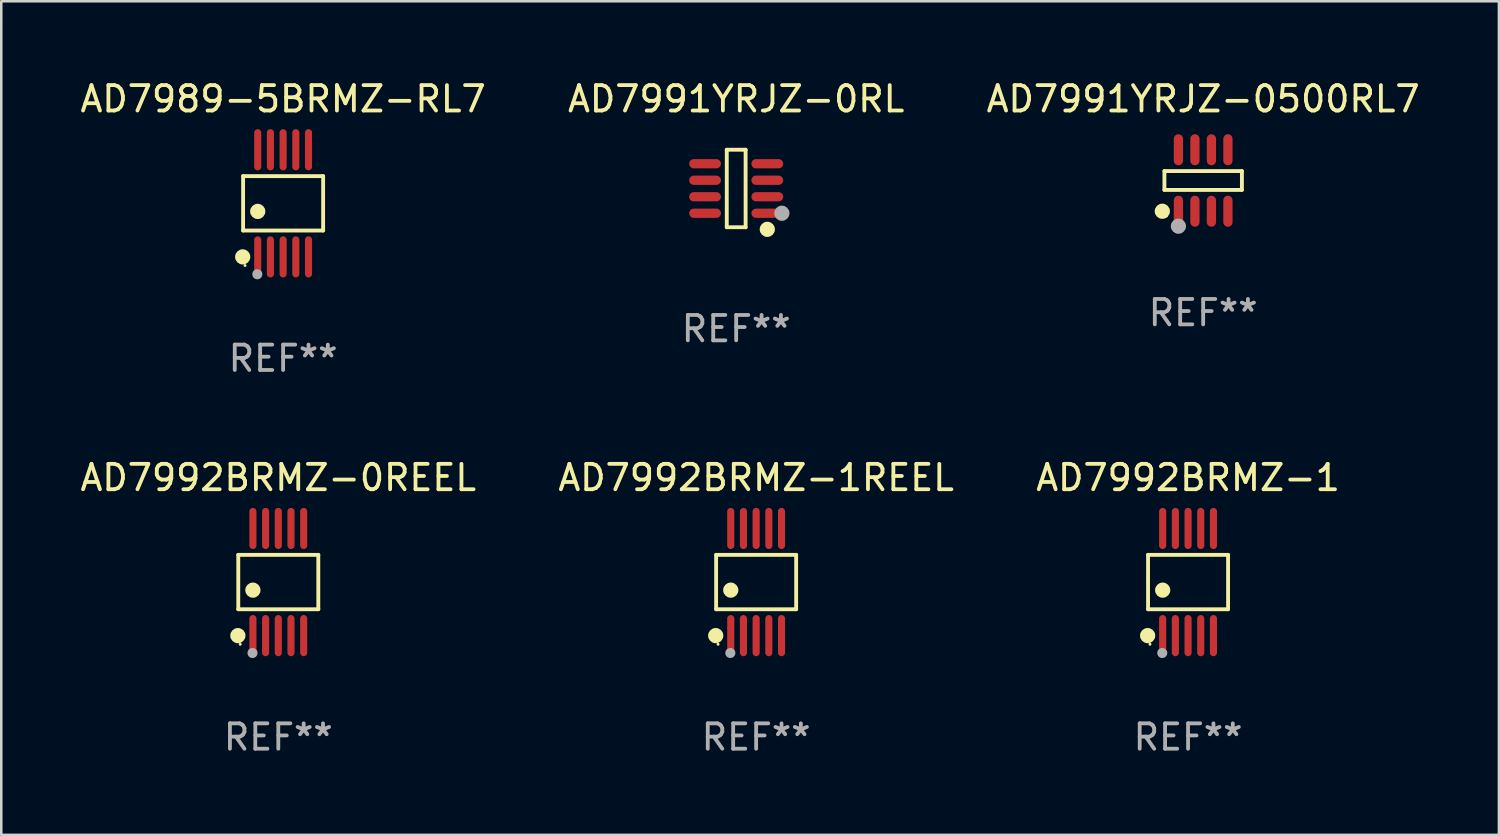
<source format=kicad_pcb>
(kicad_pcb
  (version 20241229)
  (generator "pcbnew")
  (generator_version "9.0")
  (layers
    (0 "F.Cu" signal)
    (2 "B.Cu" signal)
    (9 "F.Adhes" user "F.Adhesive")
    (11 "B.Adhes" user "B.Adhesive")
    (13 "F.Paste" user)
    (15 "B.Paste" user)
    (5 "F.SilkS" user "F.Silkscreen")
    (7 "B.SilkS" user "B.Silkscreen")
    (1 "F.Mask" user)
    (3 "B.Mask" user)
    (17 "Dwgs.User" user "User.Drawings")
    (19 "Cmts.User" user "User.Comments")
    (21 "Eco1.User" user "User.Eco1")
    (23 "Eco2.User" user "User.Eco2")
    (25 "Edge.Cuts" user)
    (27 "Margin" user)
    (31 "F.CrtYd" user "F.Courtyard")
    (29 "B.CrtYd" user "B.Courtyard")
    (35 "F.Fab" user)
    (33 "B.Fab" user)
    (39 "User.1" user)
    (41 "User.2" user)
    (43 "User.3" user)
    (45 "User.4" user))
  (footprint "AD7989-5BRMZ-RL7"
    (layer "F.Cu")
    (at 8.101 4.958)
    (property "Reference" "AD7989-5BRMZ-RL7" (at 0 -4.11 0) (layer "F.SilkS") (effects (font (size 1 1) (thickness 0.15))))
    (attr through_hole)
    (fp_line (start -1.576 -1.071) (end 1.576 -1.071) (stroke (width 0.152) (type solid)) (layer "F.SilkS"))
    (fp_line (start -1.576 1.071) (end -1.576 -1.071) (stroke (width 0.152) (type solid)) (layer "F.SilkS"))
    (fp_line (start 1.576 -1.071) (end 1.576 1.071) (stroke (width 0.152) (type solid)) (layer "F.SilkS"))
    (fp_line (start 1.576 1.071) (end -1.576 1.071) (stroke (width 0.152) (type solid)) (layer "F.SilkS"))
    (fp_circle (center -1.592 2.11) (end -1.442 2.11) (stroke (width 0.3) (type solid)) (fill no) (layer "F.SilkS"))
    (fp_circle (center -1.5 2.45) (end -1.47 2.45) (stroke (width 0.06) (type solid)) (fill no) (layer "F.SilkS"))
    (fp_circle (center -1 0.319) (end -0.85 0.319) (stroke (width 0.3) (type solid)) (fill no) (layer "F.SilkS"))
    (fp_circle (center -1.016 2.794) (end -0.916 2.794) (stroke (width 0.2) (type solid)) (fill no) (layer "F.Fab"))
    (fp_text user "REF**" (at 0 6.11 0) (layer "F.Fab") (effects (font (size 1 1) (thickness 0.15))))
    (pad "1" smd oval (at -1 2.11) (size 0.28 1.62) (layers "F.Cu" "F.Mask" "F.Paste"))
    (pad "2" smd oval (at -0.5 2.11) (size 0.28 1.62) (layers "F.Cu" "F.Mask" "F.Paste"))
    (pad "3" smd oval (at 0 2.11) (size 0.28 1.62) (layers "F.Cu" "F.Mask" "F.Paste"))
    (pad "4" smd oval (at 0.5 2.11) (size 0.28 1.62) (layers "F.Cu" "F.Mask" "F.Paste"))
    (pad "5" smd oval (at 1 2.11) (size 0.28 1.62) (layers "F.Cu" "F.Mask" "F.Paste"))
    (pad "6" smd oval (at 1 -2.11) (size 0.28 1.62) (layers "F.Cu" "F.Mask" "F.Paste"))
    (pad "7" smd oval (at 0.5 -2.11) (size 0.28 1.62) (layers "F.Cu" "F.Mask" "F.Paste"))
    (pad "8" smd oval (at 0 -2.11) (size 0.28 1.62) (layers "F.Cu" "F.Mask" "F.Paste"))
    (pad "9" smd oval (at -0.5 -2.11) (size 0.28 1.62) (layers "F.Cu" "F.Mask" "F.Paste"))
    (pad "10" smd oval (at -1 -2.11) (size 0.28 1.62) (layers "F.Cu" "F.Mask" "F.Paste")))
  (footprint "AD7992BRMZ-1"
    (layer "F.Cu")
    (at 43.744 19.875)
    (property "Reference" "AD7992BRMZ-1" (at 0 -4.11 0) (layer "F.SilkS") (effects (font (size 1 1) (thickness 0.15))))
    (attr through_hole)
    (fp_line (start -1.576 -1.071) (end 1.576 -1.071) (stroke (width 0.152) (type solid)) (layer "F.SilkS"))
    (fp_line (start -1.576 1.071) (end -1.576 -1.071) (stroke (width 0.152) (type solid)) (layer "F.SilkS"))
    (fp_line (start 1.576 -1.071) (end 1.576 1.071) (stroke (width 0.152) (type solid)) (layer "F.SilkS"))
    (fp_line (start 1.576 1.071) (end -1.576 1.071) (stroke (width 0.152) (type solid)) (layer "F.SilkS"))
    (fp_circle (center -1.592 2.11) (end -1.442 2.11) (stroke (width 0.3) (type solid)) (fill no) (layer "F.SilkS"))
    (fp_circle (center -1.5 2.45) (end -1.47 2.45) (stroke (width 0.06) (type solid)) (fill no) (layer "F.SilkS"))
    (fp_circle (center -1 0.319) (end -0.85 0.319) (stroke (width 0.3) (type solid)) (fill no) (layer "F.SilkS"))
    (fp_circle (center -1.016 2.794) (end -0.916 2.794) (stroke (width 0.2) (type solid)) (fill no) (layer "F.Fab"))
    (fp_text user "REF**" (at 0 6.11 0) (layer "F.Fab") (effects (font (size 1 1) (thickness 0.15))))
    (pad "1" smd oval (at -1 2.11) (size 0.28 1.62) (layers "F.Cu" "F.Mask" "F.Paste"))
    (pad "2" smd oval (at -0.5 2.11) (size 0.28 1.62) (layers "F.Cu" "F.Mask" "F.Paste"))
    (pad "3" smd oval (at 0 2.11) (size 0.28 1.62) (layers "F.Cu" "F.Mask" "F.Paste"))
    (pad "4" smd oval (at 0.5 2.11) (size 0.28 1.62) (layers "F.Cu" "F.Mask" "F.Paste"))
    (pad "5" smd oval (at 1 2.11) (size 0.28 1.62) (layers "F.Cu" "F.Mask" "F.Paste"))
    (pad "6" smd oval (at 1 -2.11) (size 0.28 1.62) (layers "F.Cu" "F.Mask" "F.Paste"))
    (pad "7" smd oval (at 0.5 -2.11) (size 0.28 1.62) (layers "F.Cu" "F.Mask" "F.Paste"))
    (pad "8" smd oval (at 0 -2.11) (size 0.28 1.62) (layers "F.Cu" "F.Mask" "F.Paste"))
    (pad "9" smd oval (at -0.5 -2.11) (size 0.28 1.62) (layers "F.Cu" "F.Mask" "F.Paste"))
    (pad "10" smd oval (at -1 -2.11) (size 0.28 1.62) (layers "F.Cu" "F.Mask" "F.Paste")))
  (footprint "AD7991YRJZ-0500RL7"
    (layer "F.Cu")
    (at 44.339 4.059)
    (property "Reference" "AD7991YRJZ-0500RL7" (at 0 -3.211 0) (layer "F.SilkS") (effects (font (size 1 1) (thickness 0.15))))
    (attr through_hole)
    (fp_line (start -1.526 -0.371) (end 1.526 -0.371) (stroke (width 0.152) (type solid)) (layer "F.SilkS"))
    (fp_line (start -1.526 0.371) (end -1.526 -0.371) (stroke (width 0.152) (type solid)) (layer "F.SilkS"))
    (fp_line (start 1.526 -0.371) (end 1.526 0.371) (stroke (width 0.152) (type solid)) (layer "F.SilkS"))
    (fp_line (start 1.526 0.371) (end -1.526 0.371) (stroke (width 0.152) (type solid)) (layer "F.SilkS"))
    (fp_circle (center -1.609 1.211) (end -1.459 1.211) (stroke (width 0.3) (type solid)) (fill no) (layer "F.SilkS"))
    (fp_circle (center -1.45 1.4) (end -1.42 1.4) (stroke (width 0.06) (type solid)) (fill no) (layer "F.SilkS"))
    (fp_circle (center -0.975 1.8) (end -0.825 1.8) (stroke (width 0.3) (type solid)) (fill no) (layer "F.Fab"))
    (fp_text user "REF**" (at 0 5.211 0) (layer "F.Fab") (effects (font (size 1 1) (thickness 0.15))))
    (pad "1" smd oval (at -0.975 1.211) (size 0.364 1.222) (layers "F.Cu" "F.Mask" "F.Paste"))
    (pad "2" smd oval (at -0.325 1.211) (size 0.364 1.222) (layers "F.Cu" "F.Mask" "F.Paste"))
    (pad "3" smd oval (at 0.325 1.211) (size 0.364 1.222) (layers "F.Cu" "F.Mask" "F.Paste"))
    (pad "4" smd oval (at 0.975 1.211) (size 0.364 1.222) (layers "F.Cu" "F.Mask" "F.Paste"))
    (pad "5" smd oval (at 0.975 -1.211) (size 0.364 1.222) (layers "F.Cu" "F.Mask" "F.Paste"))
    (pad "6" smd oval (at 0.325 -1.211) (size 0.364 1.222) (layers "F.Cu" "F.Mask" "F.Paste"))
    (pad "7" smd oval (at -0.325 -1.211) (size 0.364 1.222) (layers "F.Cu" "F.Mask" "F.Paste"))
    (pad "8" smd oval (at -0.975 -1.211) (size 0.364 1.222) (layers "F.Cu" "F.Mask" "F.Paste")))
  (footprint "AD7992BRMZ-0REEL"
    (layer "F.Cu")
    (at 7.911 19.875)
    (property "Reference" "AD7992BRMZ-0REEL" (at 0 -4.11 0) (layer "F.SilkS") (effects (font (size 1 1) (thickness 0.15))))
    (attr through_hole)
    (fp_line (start -1.576 -1.071) (end 1.576 -1.071) (stroke (width 0.152) (type solid)) (layer "F.SilkS"))
    (fp_line (start -1.576 1.071) (end -1.576 -1.071) (stroke (width 0.152) (type solid)) (layer "F.SilkS"))
    (fp_line (start 1.576 -1.071) (end 1.576 1.071) (stroke (width 0.152) (type solid)) (layer "F.SilkS"))
    (fp_line (start 1.576 1.071) (end -1.576 1.071) (stroke (width 0.152) (type solid)) (layer "F.SilkS"))
    (fp_circle (center -1.592 2.11) (end -1.442 2.11) (stroke (width 0.3) (type solid)) (fill no) (layer "F.SilkS"))
    (fp_circle (center -1.5 2.45) (end -1.47 2.45) (stroke (width 0.06) (type solid)) (fill no) (layer "F.SilkS"))
    (fp_circle (center -1 0.319) (end -0.85 0.319) (stroke (width 0.3) (type solid)) (fill no) (layer "F.SilkS"))
    (fp_circle (center -1.016 2.794) (end -0.916 2.794) (stroke (width 0.2) (type solid)) (fill no) (layer "F.Fab"))
    (fp_text user "REF**" (at 0 6.11 0) (layer "F.Fab") (effects (font (size 1 1) (thickness 0.15))))
    (pad "1" smd oval (at -1 2.11) (size 0.28 1.62) (layers "F.Cu" "F.Mask" "F.Paste"))
    (pad "2" smd oval (at -0.5 2.11) (size 0.28 1.62) (layers "F.Cu" "F.Mask" "F.Paste"))
    (pad "3" smd oval (at 0 2.11) (size 0.28 1.62) (layers "F.Cu" "F.Mask" "F.Paste"))
    (pad "4" smd oval (at 0.5 2.11) (size 0.28 1.62) (layers "F.Cu" "F.Mask" "F.Paste"))
    (pad "5" smd oval (at 1 2.11) (size 0.28 1.62) (layers "F.Cu" "F.Mask" "F.Paste"))
    (pad "6" smd oval (at 1 -2.11) (size 0.28 1.62) (layers "F.Cu" "F.Mask" "F.Paste"))
    (pad "7" smd oval (at 0.5 -2.11) (size 0.28 1.62) (layers "F.Cu" "F.Mask" "F.Paste"))
    (pad "8" smd oval (at 0 -2.11) (size 0.28 1.62) (layers "F.Cu" "F.Mask" "F.Paste"))
    (pad "9" smd oval (at -0.5 -2.11) (size 0.28 1.62) (layers "F.Cu" "F.Mask" "F.Paste"))
    (pad "10" smd oval (at -1 -2.11) (size 0.28 1.62) (layers "F.Cu" "F.Mask" "F.Paste")))
  (footprint "AD7991YRJZ-0RL"
    (layer "F.Cu")
    (at 25.946 4.374)
    (property "Reference" "AD7991YRJZ-0RL" (at 0 -3.526 0) (layer "F.SilkS") (effects (font (size 1 1) (thickness 0.15))))
    (attr through_hole)
    (fp_line (start -0.371 -1.526) (end 0.371 -1.526) (stroke (width 0.152) (type solid)) (layer "F.SilkS"))
    (fp_line (start -0.371 1.526) (end -0.371 -1.526) (stroke (width 0.152) (type solid)) (layer "F.SilkS"))
    (fp_line (start 0.371 -1.526) (end 0.371 1.526) (stroke (width 0.152) (type solid)) (layer "F.SilkS"))
    (fp_line (start 0.371 1.526) (end -0.371 1.526) (stroke (width 0.152) (type solid)) (layer "F.SilkS"))
    (fp_circle (center 1.226 1.609) (end 1.376 1.609) (stroke (width 0.3) (type solid)) (fill no) (layer "F.SilkS"))
    (fp_circle (center 1.4 1.45) (end 1.43 1.45) (stroke (width 0.06) (type solid)) (fill no) (layer "F.SilkS"))
    (fp_circle (center 1.8 0.975) (end 1.95 0.975) (stroke (width 0.3) (type solid)) (fill no) (layer "F.Fab"))
    (fp_text user "REF**" (at 0 5.526 0) (layer "F.Fab") (effects (font (size 1 1) (thickness 0.15))))
    (pad "1" smd oval (at 1.226 0.975) (size 1.252 0.364) (layers "F.Cu" "F.Mask" "F.Paste"))
    (pad "2" smd oval (at 1.226 0.325) (size 1.252 0.364) (layers "F.Cu" "F.Mask" "F.Paste"))
    (pad "3" smd oval (at 1.226 -0.325) (size 1.252 0.364) (layers "F.Cu" "F.Mask" "F.Paste"))
    (pad "4" smd oval (at 1.226 -0.975) (size 1.252 0.364) (layers "F.Cu" "F.Mask" "F.Paste"))
    (pad "5" smd oval (at -1.226 -0.975) (size 1.252 0.364) (layers "F.Cu" "F.Mask" "F.Paste"))
    (pad "6" smd oval (at -1.226 -0.325) (size 1.252 0.364) (layers "F.Cu" "F.Mask" "F.Paste"))
    (pad "7" smd oval (at -1.226 0.325) (size 1.252 0.364) (layers "F.Cu" "F.Mask" "F.Paste"))
    (pad "8" smd oval (at -1.226 0.975) (size 1.252 0.364) (layers "F.Cu" "F.Mask" "F.Paste")))
  (footprint "AD7992BRMZ-1REEL"
    (layer "F.Cu")
    (at 26.732 19.875)
    (property "Reference" "AD7992BRMZ-1REEL" (at 0 -4.11 0) (layer "F.SilkS") (effects (font (size 1 1) (thickness 0.15))))
    (attr through_hole)
    (fp_line (start -1.576 -1.071) (end 1.576 -1.071) (stroke (width 0.152) (type solid)) (layer "F.SilkS"))
    (fp_line (start -1.576 1.071) (end -1.576 -1.071) (stroke (width 0.152) (type solid)) (layer "F.SilkS"))
    (fp_line (start 1.576 -1.071) (end 1.576 1.071) (stroke (width 0.152) (type solid)) (layer "F.SilkS"))
    (fp_line (start 1.576 1.071) (end -1.576 1.071) (stroke (width 0.152) (type solid)) (layer "F.SilkS"))
    (fp_circle (center -1.592 2.11) (end -1.442 2.11) (stroke (width 0.3) (type solid)) (fill no) (layer "F.SilkS"))
    (fp_circle (center -1.5 2.45) (end -1.47 2.45) (stroke (width 0.06) (type solid)) (fill no) (layer "F.SilkS"))
    (fp_circle (center -1 0.319) (end -0.85 0.319) (stroke (width 0.3) (type solid)) (fill no) (layer "F.SilkS"))
    (fp_circle (center -1.016 2.794) (end -0.916 2.794) (stroke (width 0.2) (type solid)) (fill no) (layer "F.Fab"))
    (fp_text user "REF**" (at 0 6.11 0) (layer "F.Fab") (effects (font (size 1 1) (thickness 0.15))))
    (pad "1" smd oval (at -1 2.11) (size 0.28 1.62) (layers "F.Cu" "F.Mask" "F.Paste"))
    (pad "2" smd oval (at -0.5 2.11) (size 0.28 1.62) (layers "F.Cu" "F.Mask" "F.Paste"))
    (pad "3" smd oval (at 0 2.11) (size 0.28 1.62) (layers "F.Cu" "F.Mask" "F.Paste"))
    (pad "4" smd oval (at 0.5 2.11) (size 0.28 1.62) (layers "F.Cu" "F.Mask" "F.Paste"))
    (pad "5" smd oval (at 1 2.11) (size 0.28 1.62) (layers "F.Cu" "F.Mask" "F.Paste"))
    (pad "6" smd oval (at 1 -2.11) (size 0.28 1.62) (layers "F.Cu" "F.Mask" "F.Paste"))
    (pad "7" smd oval (at 0.5 -2.11) (size 0.28 1.62) (layers "F.Cu" "F.Mask" "F.Paste"))
    (pad "8" smd oval (at 0 -2.11) (size 0.28 1.62) (layers "F.Cu" "F.Mask" "F.Paste"))
    (pad "9" smd oval (at -0.5 -2.11) (size 0.28 1.62) (layers "F.Cu" "F.Mask" "F.Paste"))
    (pad "10" smd oval (at -1 -2.11) (size 0.28 1.62) (layers "F.Cu" "F.Mask" "F.Paste")))
  (gr_rect
    (start -3 -3)
    (end 55.988 29.833)
    (stroke (width 0.1) (type default))
    (fill no)
    (layer "Edge.Cuts")))
</source>
